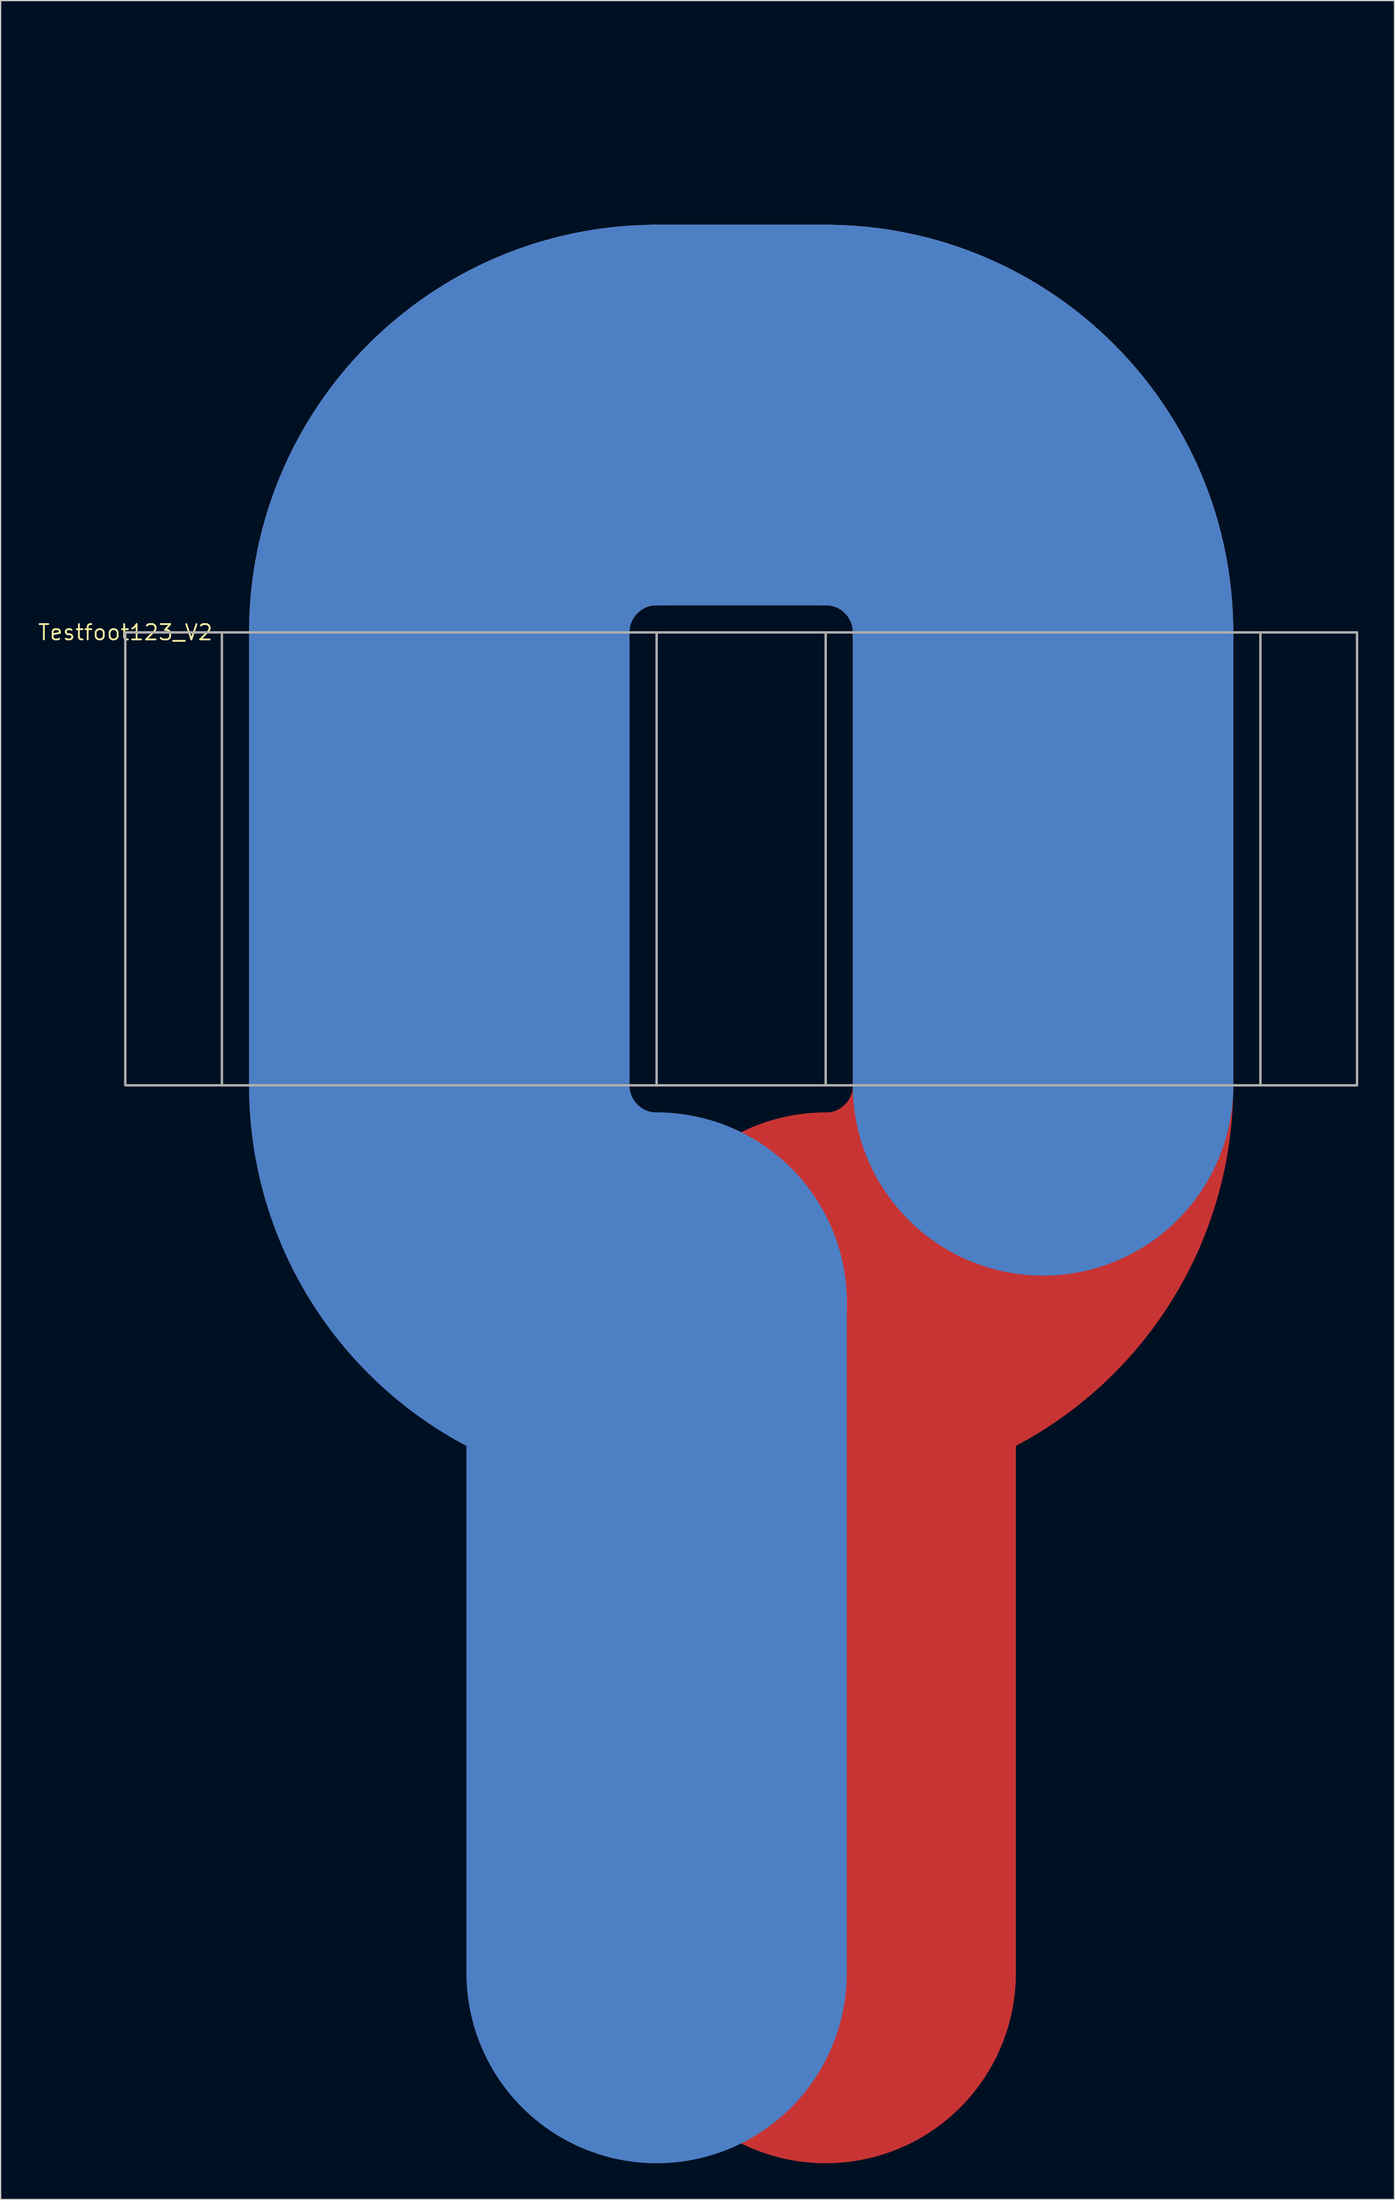
<source format=kicad_pcb>
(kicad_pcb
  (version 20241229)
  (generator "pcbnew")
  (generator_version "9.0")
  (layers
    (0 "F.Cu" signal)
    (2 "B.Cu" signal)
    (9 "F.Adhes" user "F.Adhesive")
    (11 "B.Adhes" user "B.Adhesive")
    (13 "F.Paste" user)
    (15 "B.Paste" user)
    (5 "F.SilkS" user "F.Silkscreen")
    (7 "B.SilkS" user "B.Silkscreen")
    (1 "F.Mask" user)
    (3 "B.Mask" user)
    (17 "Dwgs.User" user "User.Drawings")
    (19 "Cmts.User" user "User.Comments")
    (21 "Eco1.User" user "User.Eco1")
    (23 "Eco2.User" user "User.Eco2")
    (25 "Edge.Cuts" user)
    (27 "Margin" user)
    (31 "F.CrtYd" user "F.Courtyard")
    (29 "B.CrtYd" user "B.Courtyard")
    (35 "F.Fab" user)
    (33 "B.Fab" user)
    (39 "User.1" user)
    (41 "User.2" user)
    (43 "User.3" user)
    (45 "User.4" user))
  (footprint "Testfoot123_V2"
    (layer "F.Cu")
    (at 7.325 49.312)
    (property "Reference" "Testfoot123_V2" (at 0 0 0) (layer "F.SilkS") (effects (font (size 1.27 1.27) (thickness 0.15))))
    (fp_line (start 26 0) (end 26 37.5) (stroke (width 31.5) (type default)) (layer "F.Cu"))
    (fp_line (start 58 -18) (end 44 -18) (stroke (width 31.5) (type default)) (layer "F.Cu"))
    (fp_line (start 58 111) (end 58 55.5) (stroke (width 31.5) (type default)) (layer "F.Cu"))
    (fp_line (start 76 37.5) (end 76 0) (stroke (width 31.5) (type default)) (layer "F.Cu"))
    (fp_arc (start 26 0) (mid 31.272078 -12.727922) (end 44 -18) (stroke (width 31.5) (type solid)) (layer "F.Cu"))
    (fp_arc (start 58 -18) (mid 70.727922 -12.727922) (end 76 0) (stroke (width 31.5) (type solid)) (layer "F.Cu"))
    (fp_arc (start 76 37.5) (mid 70.727922 50.227922) (end 58 55.5) (stroke (width 31.5) (type solid)) (layer "F.Cu"))
    (fp_line (start 26 0) (end 26 37.5) (stroke (width 31.5) (type default)) (layer "B.Cu"))
    (fp_line (start 26 0) (end 26 37.5) (stroke (width 31.5) (type default)) (layer "B.Cu"))
    (fp_line (start 44 111) (end 44 55.5) (stroke (width 31.5) (type default)) (layer "B.Cu"))
    (fp_line (start 58 -18) (end 44 -18) (stroke (width 31.5) (type default)) (layer "B.Cu"))
    (fp_line (start 58 -18) (end 44 -18) (stroke (width 31.5) (type default)) (layer "B.Cu"))
    (fp_line (start 76 37.5) (end 76 0) (stroke (width 31.5) (type default)) (layer "B.Cu"))
    (fp_line (start 76 37.5) (end 76 0) (stroke (width 31.5) (type default)) (layer "B.Cu"))
    (fp_arc (start 26 0) (mid 31.272078 -12.727922) (end 44 -18) (stroke (width 31.5) (type solid)) (layer "B.Cu"))
    (fp_arc (start 26 0) (mid 31.272078 -12.727922) (end 44 -18) (stroke (width 31.5) (type solid)) (layer "B.Cu"))
    (fp_arc (start 44 55.5) (mid 31.272078 50.227922) (end 26 37.5) (stroke (width 31.5) (type solid)) (layer "B.Cu"))
    (fp_arc (start 44 55.5) (mid 31.272078 50.227922) (end 26 37.5) (stroke (width 31.5) (type solid)) (layer "B.Cu"))
    (fp_arc (start 58 -18) (mid 70.727922 -12.727922) (end 76 0) (stroke (width 31.5) (type solid)) (layer "B.Cu"))
    (fp_arc (start 58 -18) (mid 70.727922 -12.727922) (end 76 0) (stroke (width 31.5) (type solid)) (layer "B.Cu"))
    (fp_line (start 14.562 0) (end 14.562 -45.75) (stroke (width 7.125) (type default)) (layer "In1.Cu"))
    (fp_line (start 14.562 0) (end 14.562 37.5) (stroke (width 7.125) (type default)) (layer "In1.Cu"))
    (fp_line (start 22.188 0) (end 22.188 37.5) (stroke (width 7.125) (type default)) (layer "In1.Cu"))
    (fp_line (start 29.812 0) (end 29.812 37.5) (stroke (width 7.125) (type default)) (layer "In1.Cu"))
    (fp_line (start 37.438 0) (end 37.438 37.5) (stroke (width 7.125) (type default)) (layer "In1.Cu"))
    (fp_line (start 44 44.062) (end 58 44.062) (stroke (width 7.125) (type default)) (layer "In1.Cu"))
    (fp_line (start 44 51.688) (end 58 51.688) (stroke (width 7.125) (type default)) (layer "In1.Cu"))
    (fp_line (start 44 59.312) (end 58 59.312) (stroke (width 7.125) (type default)) (layer "In1.Cu"))
    (fp_line (start 44 66.938) (end 58 66.938) (stroke (width 7.125) (type default)) (layer "In1.Cu"))
    (fp_line (start 58 -29.438) (end 51.625 -29.438) (stroke (width 7.125) (type default)) (layer "In1.Cu"))
    (fp_line (start 58 -21.812) (end 51.625 -21.812) (stroke (width 7.125) (type default)) (layer "In1.Cu"))
    (fp_line (start 58 -14.188) (end 51.625 -14.188) (stroke (width 7.125) (type default)) (layer "In1.Cu"))
    (fp_line (start 64.562 37.5) (end 64.562 0) (stroke (width 7.125) (type default)) (layer "In1.Cu"))
    (fp_line (start 72.188 37.5) (end 72.188 0) (stroke (width 7.125) (type default)) (layer "In1.Cu"))
    (fp_line (start 79.812 37.5) (end 79.812 0) (stroke (width 7.125) (type default)) (layer "In1.Cu"))
    (fp_line (start 87.438 37.5) (end 87.438 0) (stroke (width 7.125) (type default)) (layer "In1.Cu"))
    (fp_arc (start 22.1875 0) (mid 30.809544 -20.815456) (end 51.625 -29.4375) (stroke (width 7.125) (type solid)) (layer "In1.Cu"))
    (fp_arc (start 29.8125 0) (mid 36.201233 -15.423767) (end 51.625 -21.8125) (stroke (width 7.125) (type solid)) (layer "In1.Cu"))
    (fp_arc (start 37.4375 0) (mid 41.592923 -10.032077) (end 51.625 -14.1875) (stroke (width 7.125) (type solid)) (layer "In1.Cu"))
    (fp_arc (start 44 44.0625) (mid 39.359612 42.140388) (end 37.4375 37.5) (stroke (width 7.125) (type solid)) (layer "In1.Cu"))
    (fp_arc (start 44 51.6875) (mid 33.967923 47.532077) (end 29.8125 37.5) (stroke (width 7.125) (type solid)) (layer "In1.Cu"))
    (fp_arc (start 44 59.3125) (mid 28.576233 52.923767) (end 22.1875 37.5) (stroke (width 7.125) (type solid)) (layer "In1.Cu"))
    (fp_arc (start 44 66.9375) (mid 23.184544 58.315456) (end 14.5625 37.5) (stroke (width 7.125) (type solid)) (layer "In1.Cu"))
    (fp_arc (start 58 -29.4375) (mid 78.815456 -20.815456) (end 87.4375 0) (stroke (width 7.125) (type solid)) (layer "In1.Cu"))
    (fp_arc (start 58 -21.8125) (mid 73.423767 -15.423767) (end 79.8125 0) (stroke (width 7.125) (type solid)) (layer "In1.Cu"))
    (fp_arc (start 58 -14.1875) (mid 68.032077 -10.032077) (end 72.1875 0) (stroke (width 7.125) (type solid)) (layer "In1.Cu"))
    (fp_arc (start 58 -6.5625) (mid 62.640388 -4.640388) (end 64.5625 0) (stroke (width 7.125) (type solid)) (layer "In1.Cu"))
    (fp_arc (start 64.5625 37.5) (mid 62.640388 42.140388) (end 58 44.0625) (stroke (width 7.125) (type solid)) (layer "In1.Cu"))
    (fp_arc (start 72.1875 37.5) (mid 68.032077 47.532077) (end 58 51.6875) (stroke (width 7.125) (type solid)) (layer "In1.Cu"))
    (fp_arc (start 79.8125 37.5) (mid 73.423767 52.923767) (end 58 59.3125) (stroke (width 7.125) (type solid)) (layer "In1.Cu"))
    (fp_arc (start 87.4375 37.5) (mid 78.815456 58.315456) (end 58 66.9375) (stroke (width 7.125) (type solid)) (layer "In1.Cu"))
    (fp_line (start 58 -6.562) (end 58 -45.75) (stroke (width 7.125) (type default)) (layer "In2.Cu"))
    (fp_line (start 8 0) (end 8 37.5) (stroke (width 0.2) (type default)) (layer "F.Fab"))
    (fp_line (start 44 0) (end 44 37.5) (stroke (width 0.2) (type default)) (layer "F.Fab"))
    (fp_line (start 58 0) (end 58 37.5) (stroke (width 0.2) (type default)) (layer "F.Fab"))
    (fp_line (start 94 0) (end 94 37.5) (stroke (width 0.2) (type default)) (layer "F.Fab"))
    (fp_rect (start 0 0) (end 102 37.5) (stroke (width 0.2) (type solid)) (fill no) (layer "F.Fab")))
  (gr_rect
    (start -3 -3)
    (end 112.425 179.062)
    (stroke (width 0.1) (type default))
    (fill no)
    (layer "Edge.Cuts")))
</source>
